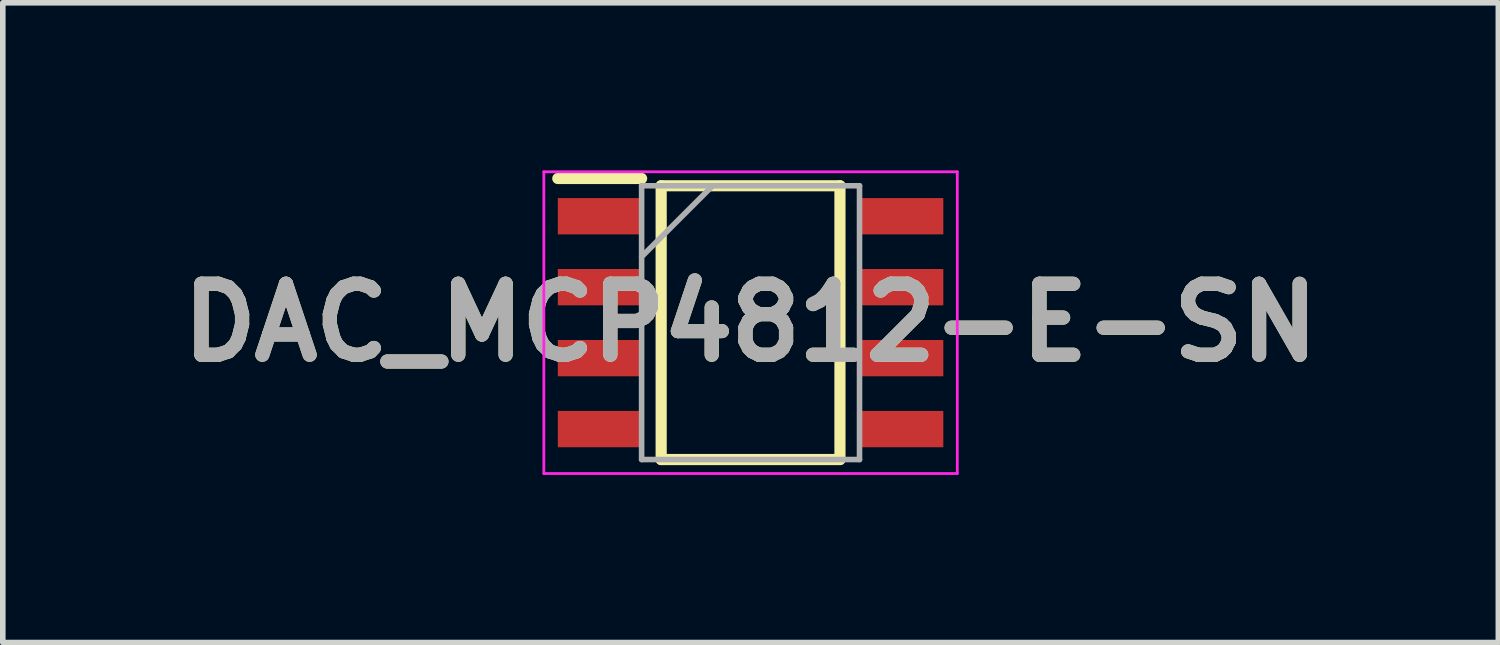
<source format=kicad_pcb>
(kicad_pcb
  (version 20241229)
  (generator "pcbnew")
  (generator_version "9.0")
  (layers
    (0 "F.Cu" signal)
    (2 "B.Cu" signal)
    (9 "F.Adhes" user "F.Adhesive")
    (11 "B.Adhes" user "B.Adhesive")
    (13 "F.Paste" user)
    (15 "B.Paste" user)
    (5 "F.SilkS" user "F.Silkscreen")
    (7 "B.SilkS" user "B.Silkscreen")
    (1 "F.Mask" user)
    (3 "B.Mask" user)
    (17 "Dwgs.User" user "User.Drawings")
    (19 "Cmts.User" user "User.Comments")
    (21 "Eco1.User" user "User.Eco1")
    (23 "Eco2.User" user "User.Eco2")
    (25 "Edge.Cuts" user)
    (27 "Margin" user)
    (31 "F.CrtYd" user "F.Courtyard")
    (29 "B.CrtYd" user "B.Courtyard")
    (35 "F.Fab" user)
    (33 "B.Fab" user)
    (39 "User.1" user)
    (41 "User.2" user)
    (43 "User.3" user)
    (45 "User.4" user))
  (footprint "DAC_MCP4812-E-SN"
    (layer "F.Cu")
    (at 10.384 2.725)
    (property "Reference" "DAC_MCP4812-E-SN" (at 0 0 0) (layer "F.SilkS") (effects (font (size 1.27 1.27) (thickness 0.254))))
    (attr smd)
    (fp_line (start -3.45 -2.58) (end -1.95 -2.58) (stroke (width 0.2) (type solid)) (layer "F.SilkS"))
    (fp_line (start -1.6 -2.45) (end 1.6 -2.45) (stroke (width 0.2) (type solid)) (layer "F.SilkS"))
    (fp_line (start -1.6 2.45) (end -1.6 -2.45) (stroke (width 0.2) (type solid)) (layer "F.SilkS"))
    (fp_line (start 1.6 -2.45) (end 1.6 2.45) (stroke (width 0.2) (type solid)) (layer "F.SilkS"))
    (fp_line (start 1.6 2.45) (end -1.6 2.45) (stroke (width 0.2) (type solid)) (layer "F.SilkS"))
    (fp_line (start -3.7 -2.7) (end 3.7 -2.7) (stroke (width 0.05) (type solid)) (layer "F.CrtYd"))
    (fp_line (start -3.7 2.7) (end -3.7 -2.7) (stroke (width 0.05) (type solid)) (layer "F.CrtYd"))
    (fp_line (start 3.7 -2.7) (end 3.7 2.7) (stroke (width 0.05) (type solid)) (layer "F.CrtYd"))
    (fp_line (start 3.7 2.7) (end -3.7 2.7) (stroke (width 0.05) (type solid)) (layer "F.CrtYd"))
    (fp_line (start -1.95 -2.45) (end 1.95 -2.45) (stroke (width 0.1) (type solid)) (layer "F.Fab"))
    (fp_line (start -1.95 -1.18) (end -0.68 -2.45) (stroke (width 0.1) (type solid)) (layer "F.Fab"))
    (fp_line (start -1.95 2.45) (end -1.95 -2.45) (stroke (width 0.1) (type solid)) (layer "F.Fab"))
    (fp_line (start 1.95 -2.45) (end 1.95 2.45) (stroke (width 0.1) (type solid)) (layer "F.Fab"))
    (fp_line (start 1.95 2.45) (end -1.95 2.45) (stroke (width 0.1) (type solid)) (layer "F.Fab"))
    (fp_text user "${REFERENCE}" (at 0 0 0) (layer "F.Fab") (effects (font (size 1.27 1.27) (thickness 0.254))))
    (pad "1" smd rect (at -2.7 -1.905 90) (size 0.65 1.5) (layers "F.Cu" "F.Mask" "F.Paste"))
    (pad "2" smd rect (at -2.7 -0.635 90) (size 0.65 1.5) (layers "F.Cu" "F.Mask" "F.Paste"))
    (pad "3" smd rect (at -2.7 0.635 90) (size 0.65 1.5) (layers "F.Cu" "F.Mask" "F.Paste"))
    (pad "4" smd rect (at -2.7 1.905 90) (size 0.65 1.5) (layers "F.Cu" "F.Mask" "F.Paste"))
    (pad "5" smd rect (at 2.7 1.905 90) (size 0.65 1.5) (layers "F.Cu" "F.Mask" "F.Paste"))
    (pad "6" smd rect (at 2.7 0.635 90) (size 0.65 1.5) (layers "F.Cu" "F.Mask" "F.Paste"))
    (pad "7" smd rect (at 2.7 -0.635 90) (size 0.65 1.5) (layers "F.Cu" "F.Mask" "F.Paste"))
    (pad "8" smd rect (at 2.7 -1.905 90) (size 0.65 1.5) (layers "F.Cu" "F.Mask" "F.Paste")))
  (gr_rect
    (start -3 -3)
    (end 23.768 8.45)
    (stroke (width 0.1) (type default))
    (fill no)
    (layer "Edge.Cuts")))
</source>
